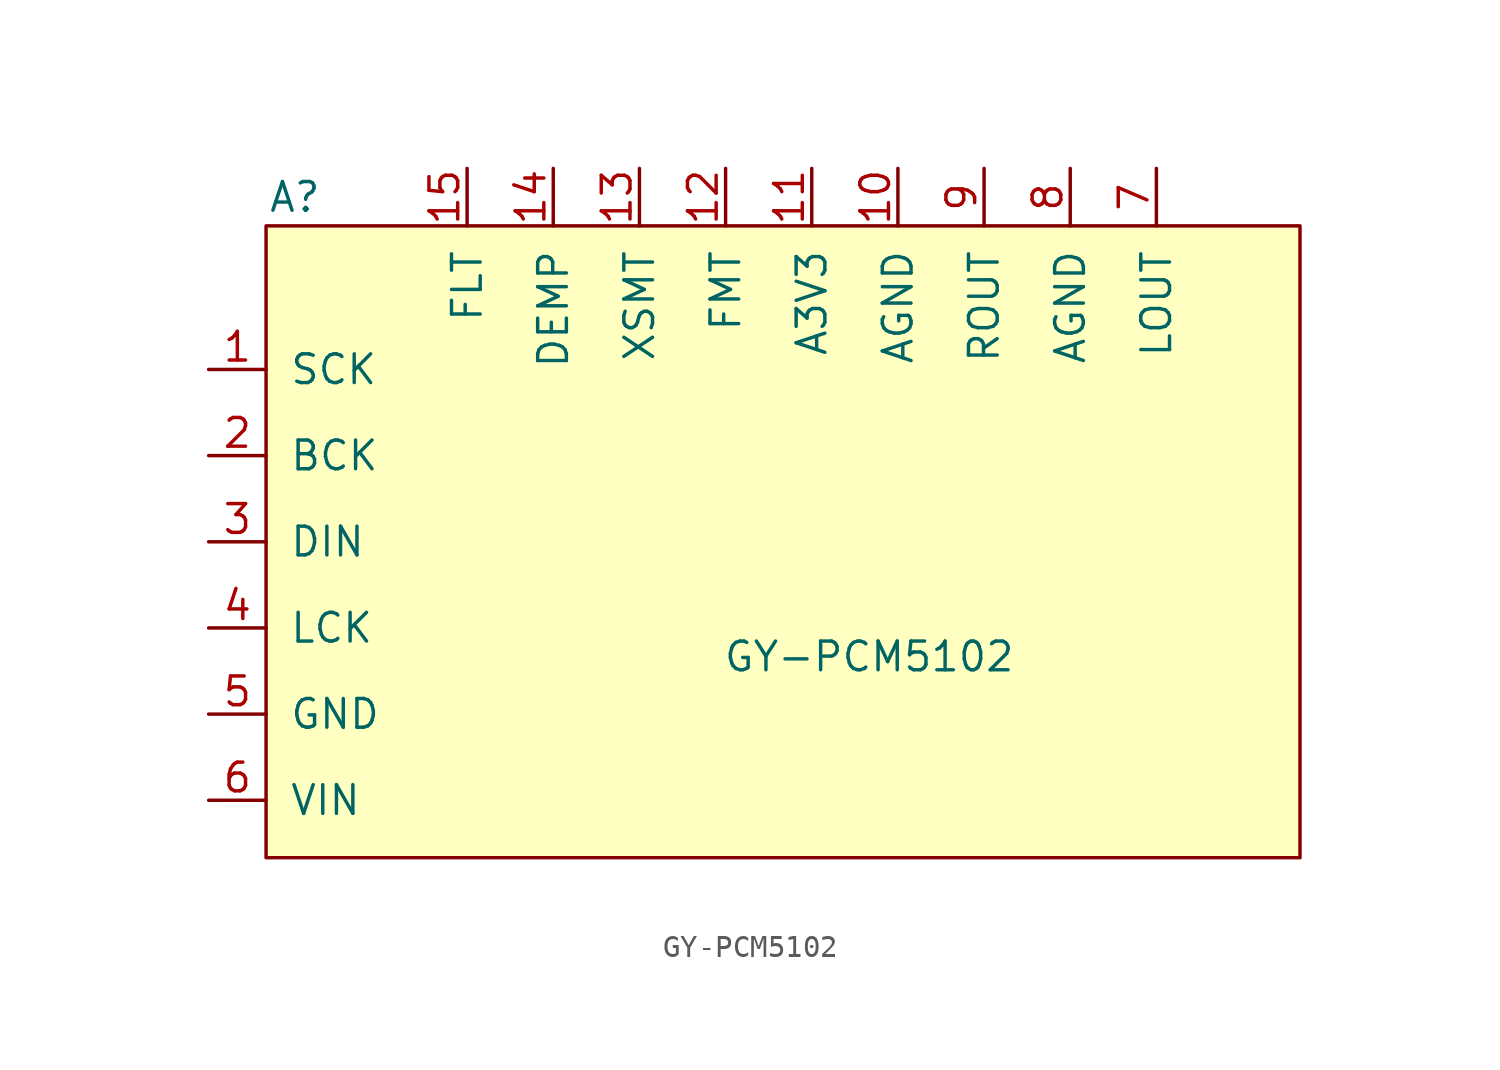
<source format=kicad_sym>
(kicad_symbol_lib
  (version 20220914)
  (generator kicad_symbol_editor)
  (symbol "GY-PCM5102"
    (pin_names
      (offset 1.016))
    (property "Reference" "A"
      (at -21.59 15.24 0)
      (effects (font (size 1.27 1.27))))
    (property "Value" "GY-PCM5102"
      (at 3.81 -5.08 0)
      (effects (font (size 1.27 1.27))))
    (symbol "GY-PCM5102_0_1"
      (rectangle (start -22.86 13.97) (end 22.86 -13.97) (stroke (width 0) (type solid)) (fill (type background))))
    (symbol "GY-PCM5102_1_1"
      (pin input line (at -25.4 7.62 0) (length 2.54) (name "SCK" (effects (font (size 1.27 1.27)))) (number "1" (effects (font (size 1.27 1.27)))))
      (pin passive line (at 5.08 16.51 270) (length 2.54) (name "AGND" (effects (font (size 1.27 1.27)))) (number "10" (effects (font (size 1.27 1.27)))))
      (pin power_out line (at 1.27 16.51 270) (length 2.54) (name "A3V3" (effects (font (size 1.27 1.27)))) (number "11" (effects (font (size 1.27 1.27)))))
      (pin input line (at -2.54 16.51 270) (length 2.54) (name "FMT" (effects (font (size 1.27 1.27)))) (number "12" (effects (font (size 1.27 1.27)))))
      (pin input line (at -6.35 16.51 270) (length 2.54) (name "XSMT" (effects (font (size 1.27 1.27)))) (number "13" (effects (font (size 1.27 1.27)))))
      (pin input line (at -10.16 16.51 270) (length 2.54) (name "DEMP" (effects (font (size 1.27 1.27)))) (number "14" (effects (font (size 1.27 1.27)))))
      (pin input line (at -13.97 16.51 270) (length 2.54) (name "FLT" (effects (font (size 1.27 1.27)))) (number "15" (effects (font (size 1.27 1.27)))))
      (pin input line (at -25.4 3.81 0) (length 2.54) (name "BCK" (effects (font (size 1.27 1.27)))) (number "2" (effects (font (size 1.27 1.27)))))
      (pin input line (at -25.4 0 0) (length 2.54) (name "DIN" (effects (font (size 1.27 1.27)))) (number "3" (effects (font (size 1.27 1.27)))))
      (pin input line (at -25.4 -3.81 0) (length 2.54) (name "LCK" (effects (font (size 1.27 1.27)))) (number "4" (effects (font (size 1.27 1.27)))))
      (pin power_in line (at -25.4 -7.62 0) (length 2.54) (name "GND" (effects (font (size 1.27 1.27)))) (number "5" (effects (font (size 1.27 1.27)))))
      (pin power_in line (at -25.4 -11.43 0) (length 2.54) (name "VIN" (effects (font (size 1.27 1.27)))) (number "6" (effects (font (size 1.27 1.27)))))
      (pin output line (at 16.51 16.51 270) (length 2.54) (name "LOUT" (effects (font (size 1.27 1.27)))) (number "7" (effects (font (size 1.27 1.27)))))
      (pin passive line (at 12.7 16.51 270) (length 2.54) (name "AGND" (effects (font (size 1.27 1.27)))) (number "8" (effects (font (size 1.27 1.27)))))
      (pin output line (at 8.89 16.51 270) (length 2.54) (name "ROUT" (effects (font (size 1.27 1.27)))) (number "9" (effects (font (size 1.27 1.27))))))))
</source>
